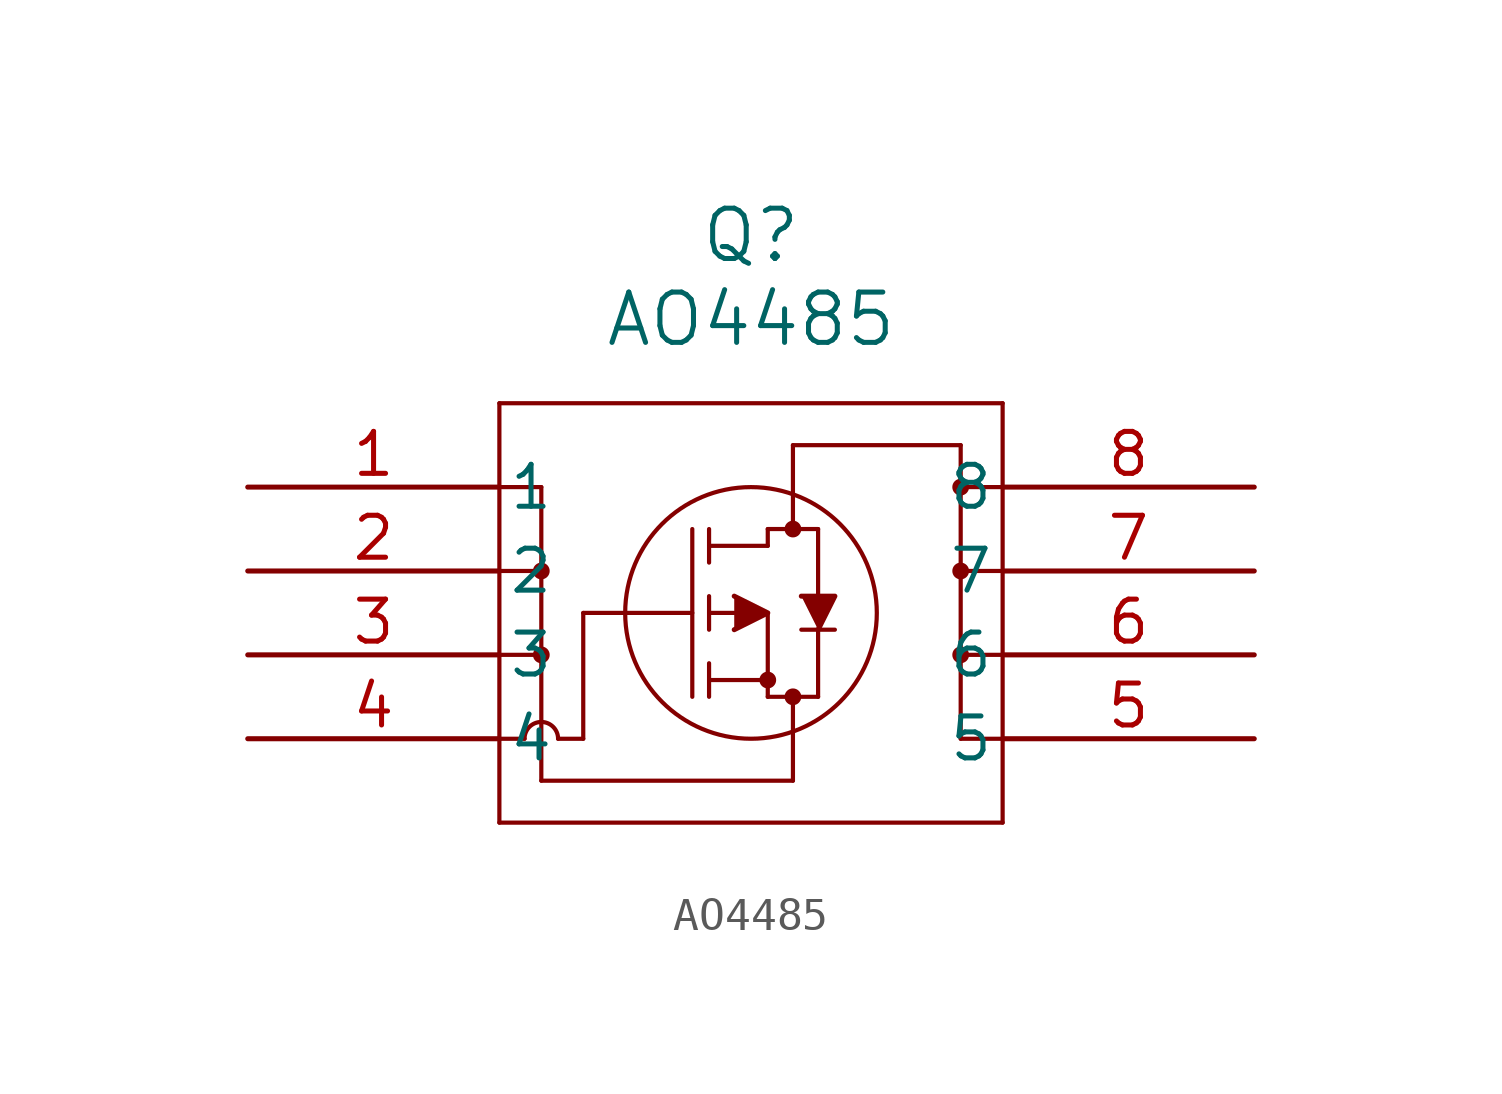
<source format=kicad_sym>
(kicad_symbol_lib
  (version 20211014)
  (generator kicad_symbol_editor)
  (symbol "AO4485"
    (pin_names
      (offset 0.254))
    (property "Reference" "Q"
      (at 15.24 7.62 0)
      (effects (font (size 1.524 1.524))))
    (property "Value" "AO4485"
      (at 15.24 5.08 0)
      (effects (font (size 1.524 1.524))))
    (symbol "AO4485_0_1"
      (polyline (pts (xy 7.62 2.54) (xy 7.62 -10.16)) (stroke (width 0.127) (type default) (color 0 0 0 0)) (fill (type none)))
      (polyline (pts (xy 7.62 -10.16) (xy 22.86 -10.16)) (stroke (width 0.127) (type default) (color 0 0 0 0)) (fill (type none)))
      (polyline (pts (xy 22.86 -10.16) (xy 22.86 2.54)) (stroke (width 0.127) (type default) (color 0 0 0 0)) (fill (type none)))
      (polyline (pts (xy 22.86 2.54) (xy 7.62 2.54)) (stroke (width 0.127) (type default) (color 0 0 0 0)) (fill (type none)))
      (circle (center 16.51 -1.27) (radius 0.127) (stroke (width 0.254) (type default) (color 0 0 0 0)) (fill (type none)))
      (circle (center 16.51 -6.35) (radius 0.127) (stroke (width 0.254) (type default) (color 0 0 0 0)) (fill (type none)))
      (circle (center 15.748 -5.842) (radius 0.127) (stroke (width 0.254) (type default) (color 0 0 0 0)) (fill (type none)))
      (circle (center 15.24 -3.81) (radius 3.81) (stroke (width 0.127) (type default) (color 0 0 0 0)) (fill (type none)))
      (polyline (pts (xy 10.16 -3.81) (xy 13.462 -3.81)) (stroke (width 0.127) (type default) (color 0 0 0 0)) (fill (type none)))
      (polyline (pts (xy 13.462 -6.35) (xy 13.462 -1.27)) (stroke (width 0.127) (type default) (color 0 0 0 0)) (fill (type none)))
      (polyline (pts (xy 13.97 -4.318) (xy 13.97 -3.302)) (stroke (width 0.127) (type default) (color 0 0 0 0)) (fill (type none)))
      (polyline (pts (xy 13.97 -6.35) (xy 13.97 -5.334)) (stroke (width 0.127) (type default) (color 0 0 0 0)) (fill (type none)))
      (polyline (pts (xy 13.97 -2.286) (xy 13.97 -1.27)) (stroke (width 0.127) (type default) (color 0 0 0 0)) (fill (type none)))
      (polyline (pts (xy 14.732 -3.81) (xy 13.97 -3.81)) (stroke (width 0.127) (type default) (color 0 0 0 0)) (fill (type none)))
      (polyline (pts (xy 13.97 -5.842) (xy 15.748 -5.842)) (stroke (width 0.127) (type default) (color 0 0 0 0)) (fill (type none)))
      (polyline (pts (xy 15.748 -6.35) (xy 15.748 -3.81)) (stroke (width 0.127) (type default) (color 0 0 0 0)) (fill (type none)))
      (polyline (pts (xy 15.748 -6.35) (xy 17.272 -6.35)) (stroke (width 0.127) (type default) (color 0 0 0 0)) (fill (type none)))
      (polyline (pts (xy 13.97 -1.778) (xy 15.748 -1.778)) (stroke (width 0.127) (type default) (color 0 0 0 0)) (fill (type none)))
      (polyline (pts (xy 17.272 -3.302) (xy 17.272 -1.27)) (stroke (width 0.127) (type default) (color 0 0 0 0)) (fill (type none)))
      (polyline (pts (xy 17.272 -6.35) (xy 17.272 -4.318)) (stroke (width 0.127) (type default) (color 0 0 0 0)) (fill (type none)))
      (polyline (pts (xy 16.764 -4.318) (xy 17.78 -4.318)) (stroke (width 0.127) (type default) (color 0 0 0 0)) (fill (type none)))
      (polyline (pts (xy 15.748 -1.27) (xy 17.272 -1.27)) (stroke (width 0.127) (type default) (color 0 0 0 0)) (fill (type none)))
      (polyline (pts (xy 15.748 -1.778) (xy 15.748 -1.27)) (stroke (width 0.127) (type default) (color 0 0 0 0)) (fill (type none)))
      (polyline (pts (xy 7.62 -7.62) (xy 8.382 -7.62)) (stroke (width 0.127) (type default) (color 0 0 0 0)) (fill (type none)))
      (polyline (pts (xy 8.89 0) (xy 8.89 -8.89)) (stroke (width 0.127) (type default) (color 0 0 0 0)) (fill (type none)))
      (polyline (pts (xy 7.62 0) (xy 8.89 0)) (stroke (width 0.127) (type default) (color 0 0 0 0)) (fill (type none)))
      (polyline (pts (xy 7.62 -2.54) (xy 8.89 -2.54)) (stroke (width 0.127) (type default) (color 0 0 0 0)) (fill (type none)))
      (polyline (pts (xy 7.62 -5.08) (xy 8.89 -5.08)) (stroke (width 0.127) (type default) (color 0 0 0 0)) (fill (type none)))
      (arc (start 9.398 -7.62) (mid 8.89 -7.112) (end 8.382 -7.62) (stroke (width 0.127) (type default) (color 0 0 0 0)) (fill (type none)))
      (polyline (pts (xy 10.16 -7.62) (xy 9.398 -7.62)) (stroke (width 0.127) (type default) (color 0 0 0 0)) (fill (type none)))
      (polyline (pts (xy 8.89 -8.89) (xy 16.51 -8.89)) (stroke (width 0.127) (type default) (color 0 0 0 0)) (fill (type none)))
      (polyline (pts (xy 16.51 -8.89) (xy 16.51 -6.35)) (stroke (width 0.127) (type default) (color 0 0 0 0)) (fill (type none)))
      (polyline (pts (xy 22.86 -7.62) (xy 21.59 -7.62)) (stroke (width 0.127) (type default) (color 0 0 0 0)) (fill (type none)))
      (polyline (pts (xy 21.59 -7.62) (xy 21.59 1.27)) (stroke (width 0.127) (type default) (color 0 0 0 0)) (fill (type none)))
      (polyline (pts (xy 22.86 -5.08) (xy 21.59 -5.08)) (stroke (width 0.127) (type default) (color 0 0 0 0)) (fill (type none)))
      (polyline (pts (xy 22.86 -2.54) (xy 21.59 -2.54)) (stroke (width 0.127) (type default) (color 0 0 0 0)) (fill (type none)))
      (polyline (pts (xy 21.59 1.27) (xy 16.51 1.27)) (stroke (width 0.127) (type default) (color 0 0 0 0)) (fill (type none)))
      (polyline (pts (xy 16.51 1.27) (xy 16.51 -1.27)) (stroke (width 0.127) (type default) (color 0 0 0 0)) (fill (type none)))
      (circle (center 8.89 -2.54) (radius 0.127) (stroke (width 0.254) (type default) (color 0 0 0 0)) (fill (type none)))
      (circle (center 8.89 -5.08) (radius 0.127) (stroke (width 0.254) (type default) (color 0 0 0 0)) (fill (type none)))
      (polyline (pts (xy 10.16 -3.81) (xy 10.16 -7.62)) (stroke (width 0.127) (type default) (color 0 0 0 0)) (fill (type none)))
      (circle (center 21.59 0) (radius 0.127) (stroke (width 0.254) (type default) (color 0 0 0 0)) (fill (type none)))
      (circle (center 21.59 -2.54) (radius 0.127) (stroke (width 0.254) (type default) (color 0 0 0 0)) (fill (type none)))
      (circle (center 21.59 -5.08) (radius 0.127) (stroke (width 0.254) (type default) (color 0 0 0 0)) (fill (type none)))
      (polyline (pts (xy 14.732 -4.318) (xy 15.748 -3.81) (xy 14.732 -3.302)) (stroke (width 0) (type default) (color 0 0 0 0)) (fill (type outline)))
      (polyline (pts (xy 16.764 -3.302) (xy 17.78 -3.302) (xy 17.272 -4.318)) (stroke (width 0) (type default) (color 0 0 0 0)) (fill (type outline)))
      (polyline (pts (xy 22.86 0) (xy 21.59 0)) (stroke (width 0.127) (type default) (color 0 0 0 0)) (fill (type none)))
      (pin unspecified line (at 0 0 0) (length 7.62) (name "1" (effects (font (size 1.27 1.27)))) (number "1" (effects (font (size 1.27 1.27)))))
      (pin unspecified line (at 0 -2.54 0) (length 7.62) (name "2" (effects (font (size 1.27 1.27)))) (number "2" (effects (font (size 1.27 1.27)))))
      (pin unspecified line (at 0 -5.08 0) (length 7.62) (name "3" (effects (font (size 1.27 1.27)))) (number "3" (effects (font (size 1.27 1.27)))))
      (pin unspecified line (at 0 -7.62 0) (length 7.62) (name "4" (effects (font (size 1.27 1.27)))) (number "4" (effects (font (size 1.27 1.27)))))
      (pin unspecified line (at 30.48 -7.62 180) (length 7.62) (name "5" (effects (font (size 1.27 1.27)))) (number "5" (effects (font (size 1.27 1.27)))))
      (pin unspecified line (at 30.48 -5.08 180) (length 7.62) (name "6" (effects (font (size 1.27 1.27)))) (number "6" (effects (font (size 1.27 1.27)))))
      (pin unspecified line (at 30.48 -2.54 180) (length 7.62) (name "7" (effects (font (size 1.27 1.27)))) (number "7" (effects (font (size 1.27 1.27)))))
      (pin unspecified line (at 30.48 0 180) (length 7.62) (name "8" (effects (font (size 1.27 1.27)))) (number "8" (effects (font (size 1.27 1.27))))))))
</source>
